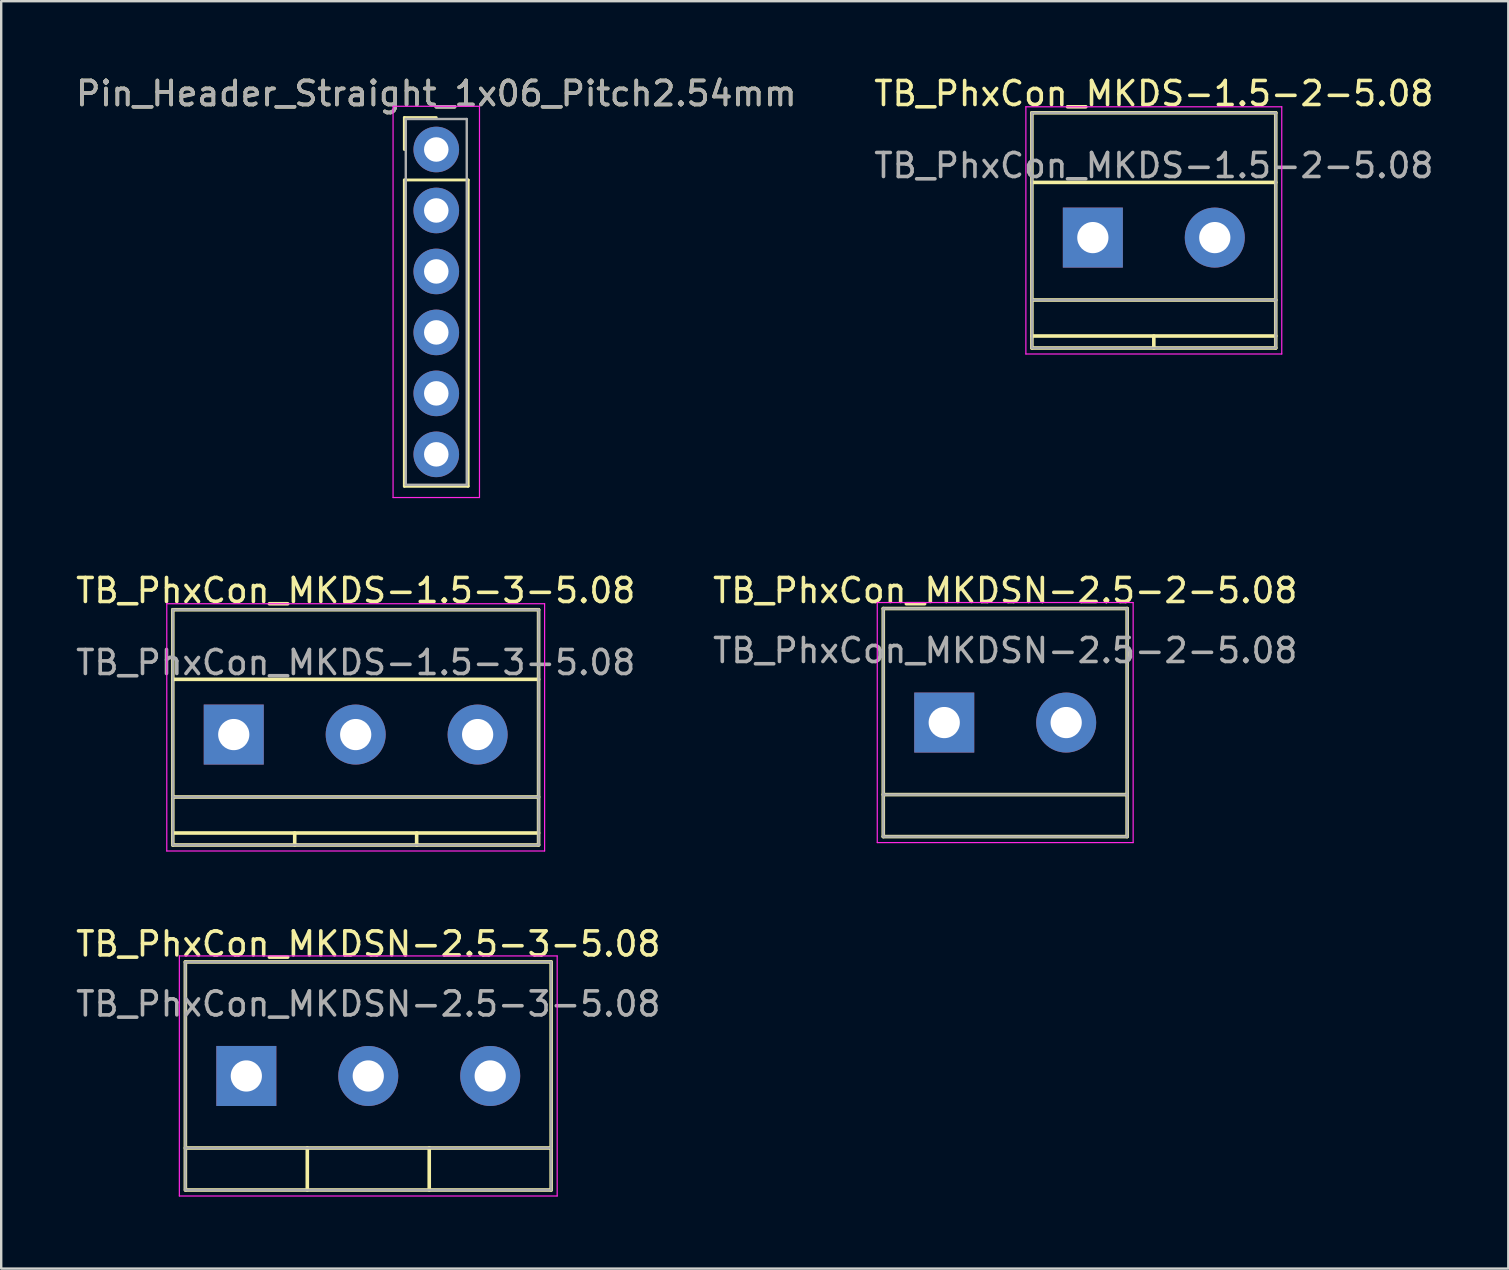
<source format=kicad_pcb>
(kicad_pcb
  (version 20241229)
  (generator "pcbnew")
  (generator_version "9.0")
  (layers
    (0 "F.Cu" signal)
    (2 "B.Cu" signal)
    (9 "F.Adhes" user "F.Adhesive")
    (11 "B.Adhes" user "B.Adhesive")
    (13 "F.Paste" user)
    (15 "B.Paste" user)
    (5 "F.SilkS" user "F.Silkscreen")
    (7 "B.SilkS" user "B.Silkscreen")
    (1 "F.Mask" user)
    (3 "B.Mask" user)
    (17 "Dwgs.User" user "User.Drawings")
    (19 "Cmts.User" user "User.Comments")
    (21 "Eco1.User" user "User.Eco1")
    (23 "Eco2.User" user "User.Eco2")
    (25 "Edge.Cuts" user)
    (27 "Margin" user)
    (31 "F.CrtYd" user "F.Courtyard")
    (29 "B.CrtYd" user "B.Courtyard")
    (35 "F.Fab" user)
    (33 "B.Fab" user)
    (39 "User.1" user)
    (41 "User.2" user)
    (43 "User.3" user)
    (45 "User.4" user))
  (footprint "TB_PhxCon_MKDSN-2.5-3-5.08"
    (layer "F.Cu")
    (at 7.212 41.775)
    (property "Reference" "TB_PhxCon_MKDSN-2.5-3-5.08" (at 5.08 -3 0) (layer "F.Fab") (effects (font (size 1 1) (thickness 0.15))))
    (attr through_hole)
    (fp_line (start -2.54 -4.75) (end 12.7 -4.75) (stroke (width 0.15) (type solid)) (layer "F.SilkS"))
    (fp_line (start -2.54 3) (end 12.7 3) (stroke (width 0.15) (type solid)) (layer "F.SilkS"))
    (fp_line (start -2.54 4.75) (end -2.54 -4.75) (stroke (width 0.15) (type solid)) (layer "F.SilkS"))
    (fp_line (start 2.54 3) (end 2.54 4.75) (stroke (width 0.15) (type solid)) (layer "F.SilkS"))
    (fp_line (start 7.62 3) (end 7.62 4.75) (stroke (width 0.15) (type solid)) (layer "F.SilkS"))
    (fp_line (start 12.7 -4.75) (end 12.7 4.75) (stroke (width 0.15) (type solid)) (layer "F.SilkS"))
    (fp_line (start 12.7 4.75) (end -2.53 4.75) (stroke (width 0.15) (type solid)) (layer "F.SilkS"))
    (fp_line (start -2.79 -5) (end 12.95 -5) (stroke (width 0.05) (type solid)) (layer "F.CrtYd"))
    (fp_line (start -2.79 5) (end -2.79 -5) (stroke (width 0.05) (type solid)) (layer "F.CrtYd"))
    (fp_line (start 12.95 -5) (end 12.95 5) (stroke (width 0.05) (type solid)) (layer "F.CrtYd"))
    (fp_line (start 12.95 5) (end -2.79 5) (stroke (width 0.05) (type solid)) (layer "F.CrtYd"))
    (fp_line (start -2.54 -4.75) (end -2.54 4.75) (stroke (width 0.1) (type solid)) (layer "F.Fab"))
    (fp_line (start -2.54 -4.75) (end 12.7 -4.75) (stroke (width 0.1) (type solid)) (layer "F.Fab"))
    (fp_line (start -2.54 3) (end 12.7 3) (stroke (width 0.1) (type solid)) (layer "F.Fab"))
    (fp_line (start -2.54 4.75) (end 12.7 4.75) (stroke (width 0.1) (type solid)) (layer "F.Fab"))
    (fp_line (start 12.7 -4.75) (end 12.7 4.75) (stroke (width 0.1) (type solid)) (layer "F.Fab"))
    (fp_text user "${REFERENCE}" (at 5.08 -5.5 0) (layer "F.SilkS") (effects (font (size 1 1) (thickness 0.15))))
    (fp_text user "${REFERENCE}" (at 5.08 4 0) (layer "Eco1.User") (effects (font (size 0.5 0.5) (thickness 0.05))))
    (pad "1" thru_hole rect (at 0 0) (size 2.5 2.5) (drill 1.3) (layers "*.Cu" "*.Mask"))
    (pad "2" thru_hole circle (at 5.08 0) (size 2.5 2.5) (drill 1.3) (layers "*.Cu" "*.Mask"))
    (pad "3" thru_hole circle (at 10.16 0) (size 2.5 2.5) (drill 1.3) (layers "*.Cu" "*.Mask")))
  (footprint "TB_PhxCon_MKDS-1.5-2-5.08"
    (layer "F.Cu")
    (at 42.478 6.848)
    (property "Reference" "TB_PhxCon_MKDS-1.5-2-5.08" (at 2.54 -3 0) (layer "F.Fab") (effects (font (size 1 1) (thickness 0.15))))
    (attr through_hole)
    (fp_line (start -2.54 -5.2) (end 7.62 -5.2) (stroke (width 0.15) (type solid)) (layer "F.SilkS"))
    (fp_line (start -2.54 4.6) (end -2.54 -5.2) (stroke (width 0.15) (type solid)) (layer "F.SilkS"))
    (fp_line (start 2.54 4.1) (end 2.54 4.6) (stroke (width 0.15) (type solid)) (layer "F.SilkS"))
    (fp_line (start 7.62 -5.2) (end 7.62 4.6) (stroke (width 0.15) (type solid)) (layer "F.SilkS"))
    (fp_line (start 7.62 -2.3) (end -2.54 -2.3) (stroke (width 0.15) (type solid)) (layer "F.SilkS"))
    (fp_line (start 7.62 2.6) (end -2.54 2.6) (stroke (width 0.15) (type solid)) (layer "F.SilkS"))
    (fp_line (start 7.62 4.1) (end -2.54 4.1) (stroke (width 0.15) (type solid)) (layer "F.SilkS"))
    (fp_line (start 7.62 4.6) (end -2.54 4.6) (stroke (width 0.15) (type solid)) (layer "F.SilkS"))
    (fp_line (start -2.79 -5.45) (end 7.87 -5.45) (stroke (width 0.05) (type solid)) (layer "F.CrtYd"))
    (fp_line (start -2.79 4.85) (end -2.79 -5.45) (stroke (width 0.05) (type solid)) (layer "F.CrtYd"))
    (fp_line (start 7.87 -5.45) (end 7.87 4.85) (stroke (width 0.05) (type solid)) (layer "F.CrtYd"))
    (fp_line (start 7.87 4.85) (end -2.79 4.85) (stroke (width 0.05) (type solid)) (layer "F.CrtYd"))
    (fp_line (start -2.54 -5.2) (end 7.62 -5.2) (stroke (width 0.1) (type solid)) (layer "F.Fab"))
    (fp_line (start -2.54 4.6) (end -2.54 -5.2) (stroke (width 0.1) (type solid)) (layer "F.Fab"))
    (fp_line (start 7.62 -5.2) (end 7.62 4.6) (stroke (width 0.1) (type solid)) (layer "F.Fab"))
    (fp_line (start 7.62 2.6) (end -2.54 2.6) (stroke (width 0.1) (type solid)) (layer "F.Fab"))
    (fp_line (start 7.62 4.6) (end -2.54 4.6) (stroke (width 0.1) (type solid)) (layer "F.Fab"))
    (fp_text user "${REFERENCE}" (at 2.54 -6 0) (layer "F.SilkS") (effects (font (size 1 1) (thickness 0.15))))
    (fp_text user "${REFERENCE}" (at 2.54 3.39 0) (layer "Eco1.User") (effects (font (size 0.5 0.5) (thickness 0.05))))
    (pad "1" thru_hole rect (at 0 0) (size 2.5 2.5) (drill 1.3) (layers "*.Cu" "*.Mask"))
    (pad "2" thru_hole circle (at 5.08 0) (size 2.5 2.5) (drill 1.3) (layers "*.Cu" "*.Mask")))
  (footprint "TB_PhxCon_MKDS-1.5-3-5.08"
    (layer "F.Cu")
    (at 6.688 27.552)
    (property "Reference" "TB_PhxCon_MKDS-1.5-3-5.08" (at 5.08 -3 0) (layer "F.Fab") (effects (font (size 1 1) (thickness 0.15))))
    (attr through_hole)
    (fp_line (start -2.54 -5.2) (end 12.7 -5.2) (stroke (width 0.15) (type solid)) (layer "F.SilkS"))
    (fp_line (start -2.54 4.6) (end -2.54 -5.2) (stroke (width 0.15) (type solid)) (layer "F.SilkS"))
    (fp_line (start 2.54 4.1) (end 2.54 4.6) (stroke (width 0.15) (type solid)) (layer "F.SilkS"))
    (fp_line (start 7.62 4.1) (end 7.62 4.6) (stroke (width 0.15) (type solid)) (layer "F.SilkS"))
    (fp_line (start 12.7 -5.2) (end 12.7 4.6) (stroke (width 0.15) (type solid)) (layer "F.SilkS"))
    (fp_line (start 12.7 -2.3) (end -2.54 -2.3) (stroke (width 0.15) (type solid)) (layer "F.SilkS"))
    (fp_line (start 12.7 2.6) (end -2.54 2.6) (stroke (width 0.15) (type solid)) (layer "F.SilkS"))
    (fp_line (start 12.7 4.1) (end -2.54 4.1) (stroke (width 0.15) (type solid)) (layer "F.SilkS"))
    (fp_line (start 12.7 4.6) (end -2.54 4.6) (stroke (width 0.15) (type solid)) (layer "F.SilkS"))
    (fp_line (start -2.79 -5.45) (end 12.95 -5.45) (stroke (width 0.05) (type solid)) (layer "F.CrtYd"))
    (fp_line (start -2.79 4.85) (end -2.79 -5.45) (stroke (width 0.05) (type solid)) (layer "F.CrtYd"))
    (fp_line (start 12.95 -5.45) (end 12.95 4.85) (stroke (width 0.05) (type solid)) (layer "F.CrtYd"))
    (fp_line (start 12.95 4.85) (end -2.79 4.85) (stroke (width 0.05) (type solid)) (layer "F.CrtYd"))
    (fp_line (start -2.54 -5.2) (end 12.7 -5.2) (stroke (width 0.1) (type solid)) (layer "F.Fab"))
    (fp_line (start -2.54 4.6) (end -2.54 -5.2) (stroke (width 0.1) (type solid)) (layer "F.Fab"))
    (fp_line (start 12.7 -5.2) (end 12.7 4.6) (stroke (width 0.1) (type solid)) (layer "F.Fab"))
    (fp_line (start 12.7 2.6) (end -2.54 2.6) (stroke (width 0.1) (type solid)) (layer "F.Fab"))
    (fp_line (start 12.7 4.6) (end -2.54 4.6) (stroke (width 0.1) (type solid)) (layer "F.Fab"))
    (fp_text user "${REFERENCE}" (at 5.08 -6 0) (layer "F.SilkS") (effects (font (size 1 1) (thickness 0.15))))
    (fp_text user "${REFERENCE}" (at 5.08 3.39 0) (layer "Eco1.User") (effects (font (size 0.5 0.5) (thickness 0.05))))
    (pad "1" thru_hole rect (at 0 0) (size 2.5 2.5) (drill 1.3) (layers "*.Cu" "*.Mask"))
    (pad "2" thru_hole circle (at 5.08 0) (size 2.5 2.5) (drill 1.3) (layers "*.Cu" "*.Mask"))
    (pad "3" thru_hole circle (at 10.16 0) (size 2.5 2.5) (drill 1.3) (layers "*.Cu" "*.Mask")))
  (footprint "TB_PhxCon_MKDSN-2.5-2-5.08"
    (layer "F.Cu")
    (at 36.287 27.052)
    (property "Reference" "TB_PhxCon_MKDSN-2.5-2-5.08" (at 2.54 -3 0) (layer "F.Fab") (effects (font (size 1 1) (thickness 0.15))))
    (attr through_hole)
    (fp_line (start -2.54 -4.75) (end 7.62 -4.75) (stroke (width 0.15) (type solid)) (layer "F.SilkS"))
    (fp_line (start -2.54 3) (end 7.62 3) (stroke (width 0.15) (type solid)) (layer "F.SilkS"))
    (fp_line (start -2.54 4.75) (end -2.54 -4.75) (stroke (width 0.15) (type solid)) (layer "F.SilkS"))
    (fp_line (start 7.62 -4.75) (end 7.62 4.75) (stroke (width 0.15) (type solid)) (layer "F.SilkS"))
    (fp_line (start 7.62 4.75) (end -2.54 4.75) (stroke (width 0.15) (type solid)) (layer "F.SilkS"))
    (fp_line (start -2.79 -5) (end 7.87 -5) (stroke (width 0.05) (type solid)) (layer "F.CrtYd"))
    (fp_line (start -2.79 5) (end -2.79 -5) (stroke (width 0.05) (type solid)) (layer "F.CrtYd"))
    (fp_line (start 7.87 -5) (end 7.87 5) (stroke (width 0.05) (type solid)) (layer "F.CrtYd"))
    (fp_line (start 7.87 5) (end -2.79 5) (stroke (width 0.05) (type solid)) (layer "F.CrtYd"))
    (fp_line (start -2.54 -4.75) (end -2.54 4.75) (stroke (width 0.1) (type solid)) (layer "F.Fab"))
    (fp_line (start -2.54 -4.75) (end 7.62 -4.75) (stroke (width 0.1) (type solid)) (layer "F.Fab"))
    (fp_line (start -2.54 3) (end 7.62 3) (stroke (width 0.1) (type solid)) (layer "F.Fab"))
    (fp_line (start -2.54 4.75) (end 7.62 4.75) (stroke (width 0.1) (type solid)) (layer "F.Fab"))
    (fp_line (start 7.62 4.75) (end 7.62 -4.75) (stroke (width 0.1) (type solid)) (layer "F.Fab"))
    (fp_text user "${REFERENCE}" (at 2.54 -5.5 0) (layer "F.SilkS") (effects (font (size 1 1) (thickness 0.15))))
    (fp_text user "${REFERENCE}" (at 2.54 4 0) (layer "Eco1.User") (effects (font (size 0.5 0.5) (thickness 0.05))))
    (pad "1" thru_hole rect (at 0 0) (size 2.5 2.5) (drill 1.3) (layers "*.Cu" "*.Mask"))
    (pad "2" thru_hole circle (at 5.08 0) (size 2.5 2.5) (drill 1.3) (layers "*.Cu" "*.Mask")))
  (footprint "Pin_Header_Straight_1x06_Pitch2.54mm"
    (layer "F.Cu")
    (at 15.125 3.178)
    (property "Reference" "Pin_Header_Straight_1x06_Pitch2.54mm" (at 0 -2.33 0) (layer "F.Fab") (effects (font (size 1 1) (thickness 0.15))))
    (attr through_hole)
    (fp_line (start -1.33 -1.33) (end 0 -1.33) (stroke (width 0.12) (type solid)) (layer "F.SilkS"))
    (fp_line (start -1.33 0) (end -1.33 -1.33) (stroke (width 0.12) (type solid)) (layer "F.SilkS"))
    (fp_line (start -1.33 1.27) (end -1.33 14.03) (stroke (width 0.12) (type solid)) (layer "F.SilkS"))
    (fp_line (start -1.33 14.03) (end 1.33 14.03) (stroke (width 0.12) (type solid)) (layer "F.SilkS"))
    (fp_line (start 1.33 1.27) (end -1.33 1.27) (stroke (width 0.12) (type solid)) (layer "F.SilkS"))
    (fp_line (start 1.33 14.03) (end 1.33 1.27) (stroke (width 0.12) (type solid)) (layer "F.SilkS"))
    (fp_line (start -1.8 -1.8) (end -1.8 14.5) (stroke (width 0.05) (type solid)) (layer "F.CrtYd"))
    (fp_line (start -1.8 14.5) (end 1.8 14.5) (stroke (width 0.05) (type solid)) (layer "F.CrtYd"))
    (fp_line (start 1.8 -1.8) (end -1.8 -1.8) (stroke (width 0.05) (type solid)) (layer "F.CrtYd"))
    (fp_line (start 1.8 14.5) (end 1.8 -1.8) (stroke (width 0.05) (type solid)) (layer "F.CrtYd"))
    (fp_line (start -1.27 -1.27) (end -1.27 13.97) (stroke (width 0.1) (type solid)) (layer "F.Fab"))
    (fp_line (start -1.27 13.97) (end 1.27 13.97) (stroke (width 0.1) (type solid)) (layer "F.Fab"))
    (fp_line (start 1.27 -1.27) (end -1.27 -1.27) (stroke (width 0.1) (type solid)) (layer "F.Fab"))
    (fp_line (start 1.27 13.97) (end 1.27 -1.27) (stroke (width 0.1) (type solid)) (layer "F.Fab"))
    (fp_text user "${REFERENCE}" (at 0 -2.33 0) (layer "F.SilkS") (effects (font (size 1 1) (thickness 0.15))))
    (fp_text user "${REFERENCE}" (at 0 -1.524 0) (layer "Eco1.User") (effects (font (size 0.3 0.3) (thickness 0.03))))
    (pad "1" thru_hole circle (at 0 0) (size 1.9 1.9) (drill 1.02) (layers "*.Cu" "*.Mask"))
    (pad "2" thru_hole circle (at 0 2.54) (size 1.9 1.9) (drill 1.02) (layers "*.Cu" "*.Mask"))
    (pad "3" thru_hole circle (at 0 5.08) (size 1.9 1.9) (drill 1.02) (layers "*.Cu" "*.Mask"))
    (pad "4" thru_hole circle (at 0 7.62) (size 1.9 1.9) (drill 1.02) (layers "*.Cu" "*.Mask"))
    (pad "5" thru_hole circle (at 0 10.16) (size 1.9 1.9) (drill 1.02) (layers "*.Cu" "*.Mask"))
    (pad "6" thru_hole circle (at 0 12.7) (size 1.9 1.9) (drill 1.02) (layers "*.Cu" "*.Mask")))
  (gr_rect
    (start -3 -3)
    (end 59.786 49.8)
    (stroke (width 0.1) (type default))
    (fill no)
    (layer "Edge.Cuts")))
</source>
